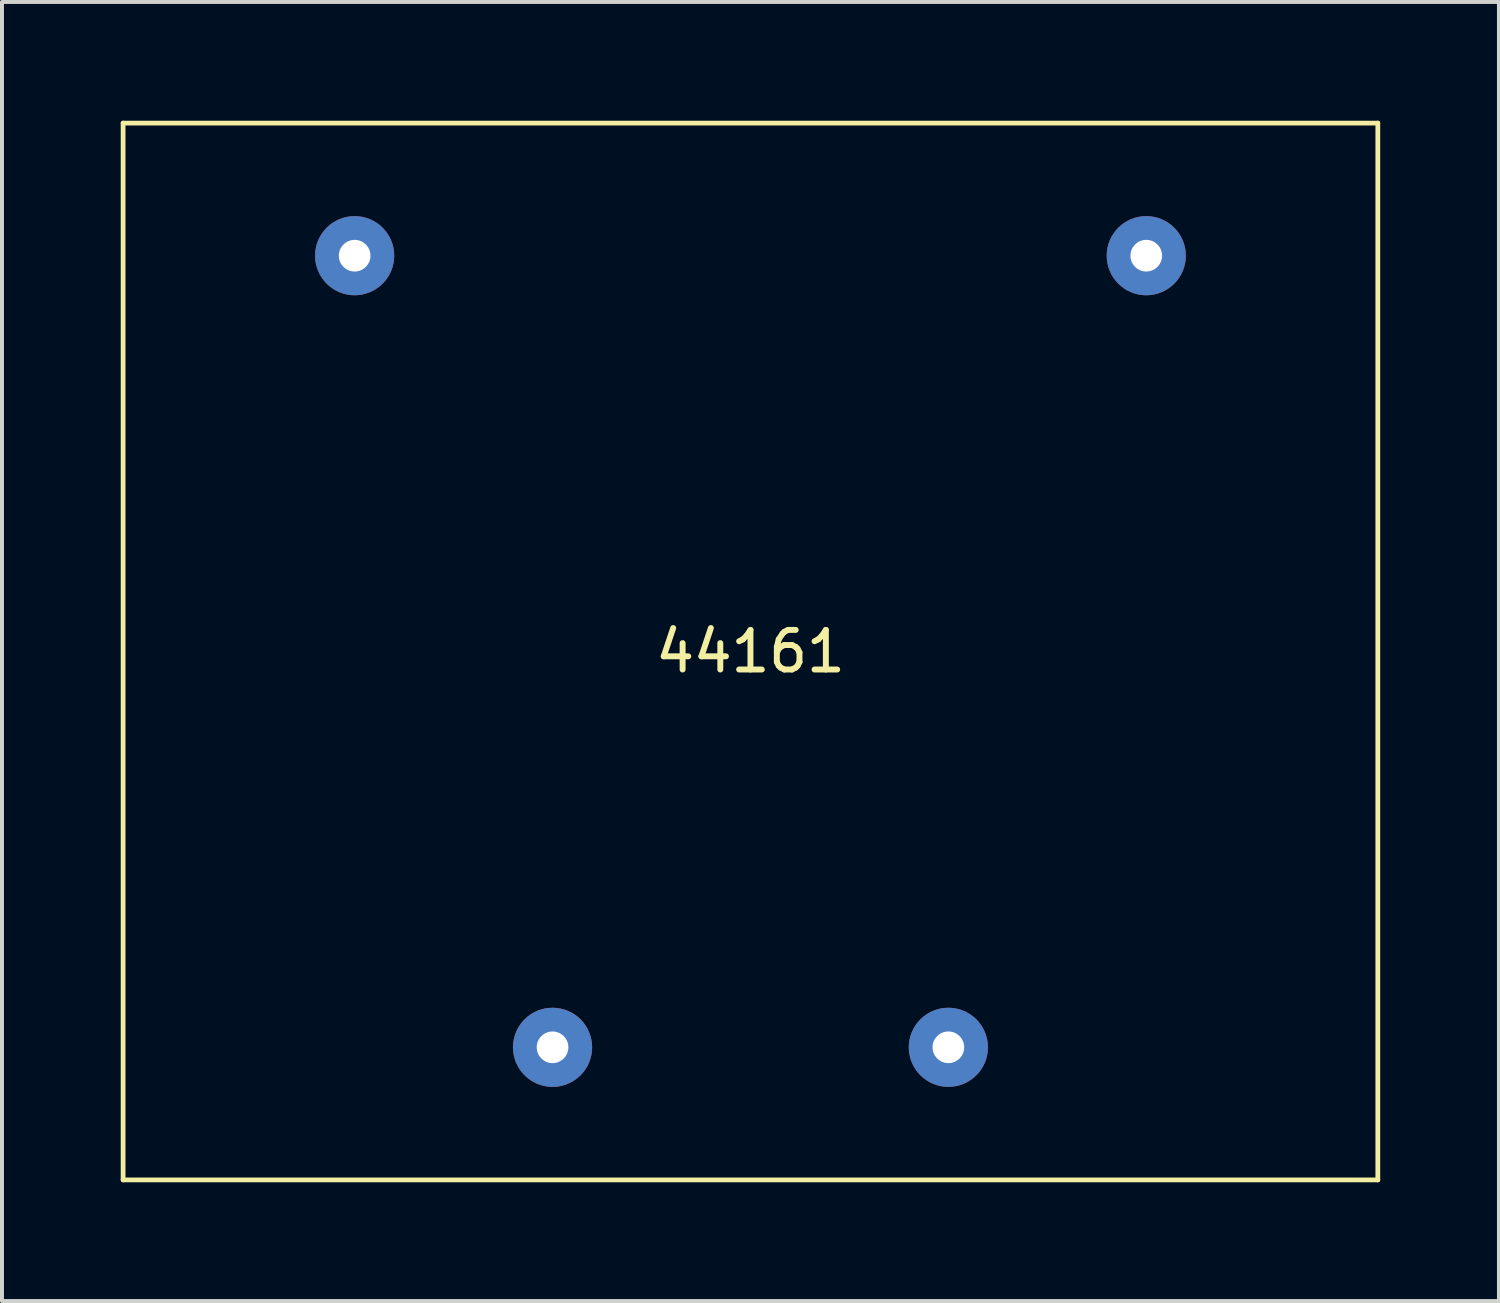
<source format=kicad_pcb>
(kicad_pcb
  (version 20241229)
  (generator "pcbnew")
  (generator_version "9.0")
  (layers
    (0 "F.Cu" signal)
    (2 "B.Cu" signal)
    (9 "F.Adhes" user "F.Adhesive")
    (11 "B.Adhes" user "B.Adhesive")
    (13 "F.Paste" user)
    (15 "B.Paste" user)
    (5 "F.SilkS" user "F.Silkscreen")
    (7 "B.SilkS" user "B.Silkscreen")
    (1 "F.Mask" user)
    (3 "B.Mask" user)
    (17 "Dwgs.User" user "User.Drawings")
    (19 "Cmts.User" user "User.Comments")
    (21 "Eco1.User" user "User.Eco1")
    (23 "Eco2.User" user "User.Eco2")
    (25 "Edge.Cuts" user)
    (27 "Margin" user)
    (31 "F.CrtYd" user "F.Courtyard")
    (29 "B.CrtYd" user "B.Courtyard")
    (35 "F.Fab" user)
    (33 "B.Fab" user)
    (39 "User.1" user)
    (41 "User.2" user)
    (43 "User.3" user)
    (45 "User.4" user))
  (footprint "44161"
    (layer "F.Cu")
    (at 15.91 13.41)
    (property "Reference" "44161" (at 0 0 0) (layer "F.SilkS") (effects (font (size 1 1) (thickness 0.15))))
    (attr through_hole)
    (fp_line (start -15.85 -13.35) (end 15.85 -13.35) (stroke (width 0.12) (type solid)) (layer "F.SilkS"))
    (fp_line (start -15.85 13.35) (end -15.85 -13.35) (stroke (width 0.12) (type solid)) (layer "F.SilkS"))
    (fp_line (start 15.85 -13.35) (end 15.85 13.35) (stroke (width 0.12) (type solid)) (layer "F.SilkS"))
    (fp_line (start 15.85 13.35) (end -15.85 13.35) (stroke (width 0.12) (type solid)) (layer "F.SilkS"))
    (pad "1" thru_hole circle (at -10 -10) (size 2 2) (drill 0.8) (layers "*.Cu" "*.Mask"))
    (pad "5" thru_hole circle (at 10 -10) (size 2 2) (drill 0.8) (layers "*.Cu" "*.Mask"))
    (pad "7" thru_hole circle (at 5 10) (size 2 2) (drill 0.8) (layers "*.Cu" "*.Mask"))
    (pad "9" thru_hole circle (at -5 10) (size 2 2) (drill 0.8) (layers "*.Cu" "*.Mask")))
  (gr_rect
    (start -3 -3)
    (end 34.82 29.82)
    (stroke (width 0.1) (type default))
    (fill no)
    (layer "Edge.Cuts")))
</source>
